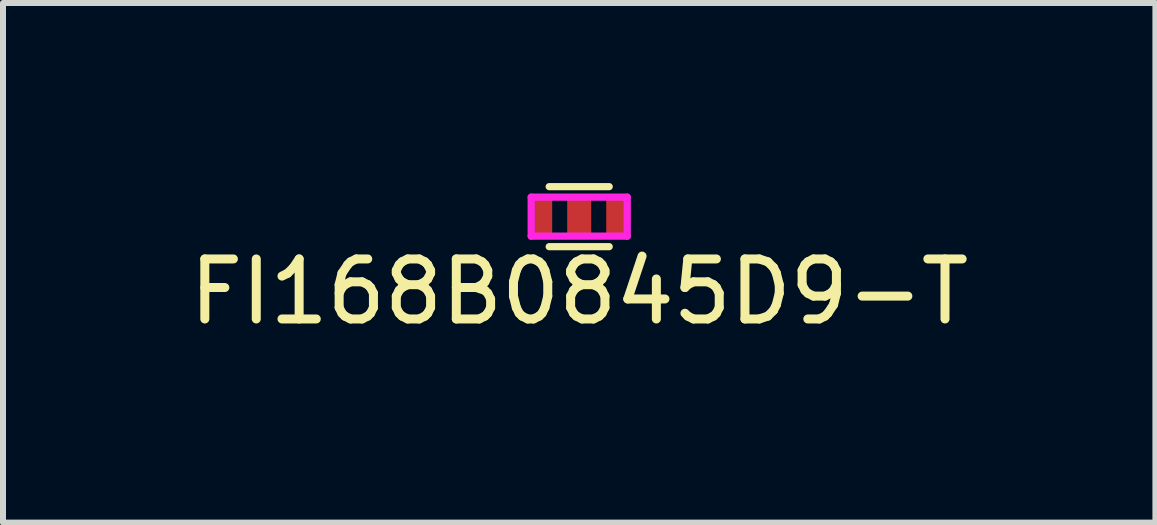
<source format=kicad_pcb>
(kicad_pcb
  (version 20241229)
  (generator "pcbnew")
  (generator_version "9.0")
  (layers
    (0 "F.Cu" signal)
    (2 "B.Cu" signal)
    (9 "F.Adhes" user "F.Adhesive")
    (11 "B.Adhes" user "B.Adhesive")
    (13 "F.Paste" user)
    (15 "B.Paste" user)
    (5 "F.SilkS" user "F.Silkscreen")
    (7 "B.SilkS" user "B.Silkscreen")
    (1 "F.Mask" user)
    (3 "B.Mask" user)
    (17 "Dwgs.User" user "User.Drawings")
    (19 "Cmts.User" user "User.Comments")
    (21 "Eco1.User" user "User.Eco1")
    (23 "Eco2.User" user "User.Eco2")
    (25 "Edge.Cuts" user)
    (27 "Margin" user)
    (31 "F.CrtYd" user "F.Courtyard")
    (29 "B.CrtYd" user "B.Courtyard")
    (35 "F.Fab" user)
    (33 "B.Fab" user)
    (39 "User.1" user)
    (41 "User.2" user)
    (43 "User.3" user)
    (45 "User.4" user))
  (footprint "FI168B0845D9-T"
    (layer "F.Cu")
    (at 6.601 0.56)
    (property "Reference" "FI168B0845D9-T" (at 0 1.25 0) (layer "F.SilkS") (effects (font (size 1 1) (thickness 0.15))))
    (attr through_hole)
    (fp_line (start -0.5 -0.5) (end 0.5 -0.5) (stroke (width 0.12) (type solid)) (layer "F.SilkS"))
    (fp_line (start -0.5 0.5) (end 0.5 0.5) (stroke (width 0.12) (type solid)) (layer "F.SilkS"))
    (fp_line (start -0.8 -0.325) (end -0.8 0.325) (stroke (width 0.12) (type solid)) (layer "F.CrtYd"))
    (fp_line (start -0.8 0.325) (end 0.8 0.325) (stroke (width 0.12) (type solid)) (layer "F.CrtYd"))
    (fp_line (start 0.8 -0.325) (end -0.8 -0.325) (stroke (width 0.12) (type solid)) (layer "F.CrtYd"))
    (fp_line (start 0.8 -0.325) (end 0.8 0.325) (stroke (width 0.12) (type solid)) (layer "F.CrtYd"))
    (pad "1" smd rect (at -0.6 0) (size 0.3 0.7) (layers "F.Cu" "F.Mask" "F.Paste"))
    (pad "2" smd rect (at 0 0) (size 0.4 0.7) (layers "F.Cu" "F.Mask" "F.Paste"))
    (pad "3" smd rect (at 0.6 0) (size 0.3 0.7) (layers "F.Cu" "F.Mask" "F.Paste")))
  (gr_rect
    (start -3 -3)
    (end 16.202 5.658)
    (stroke (width 0.1) (type default))
    (fill no)
    (layer "Edge.Cuts")))
</source>
